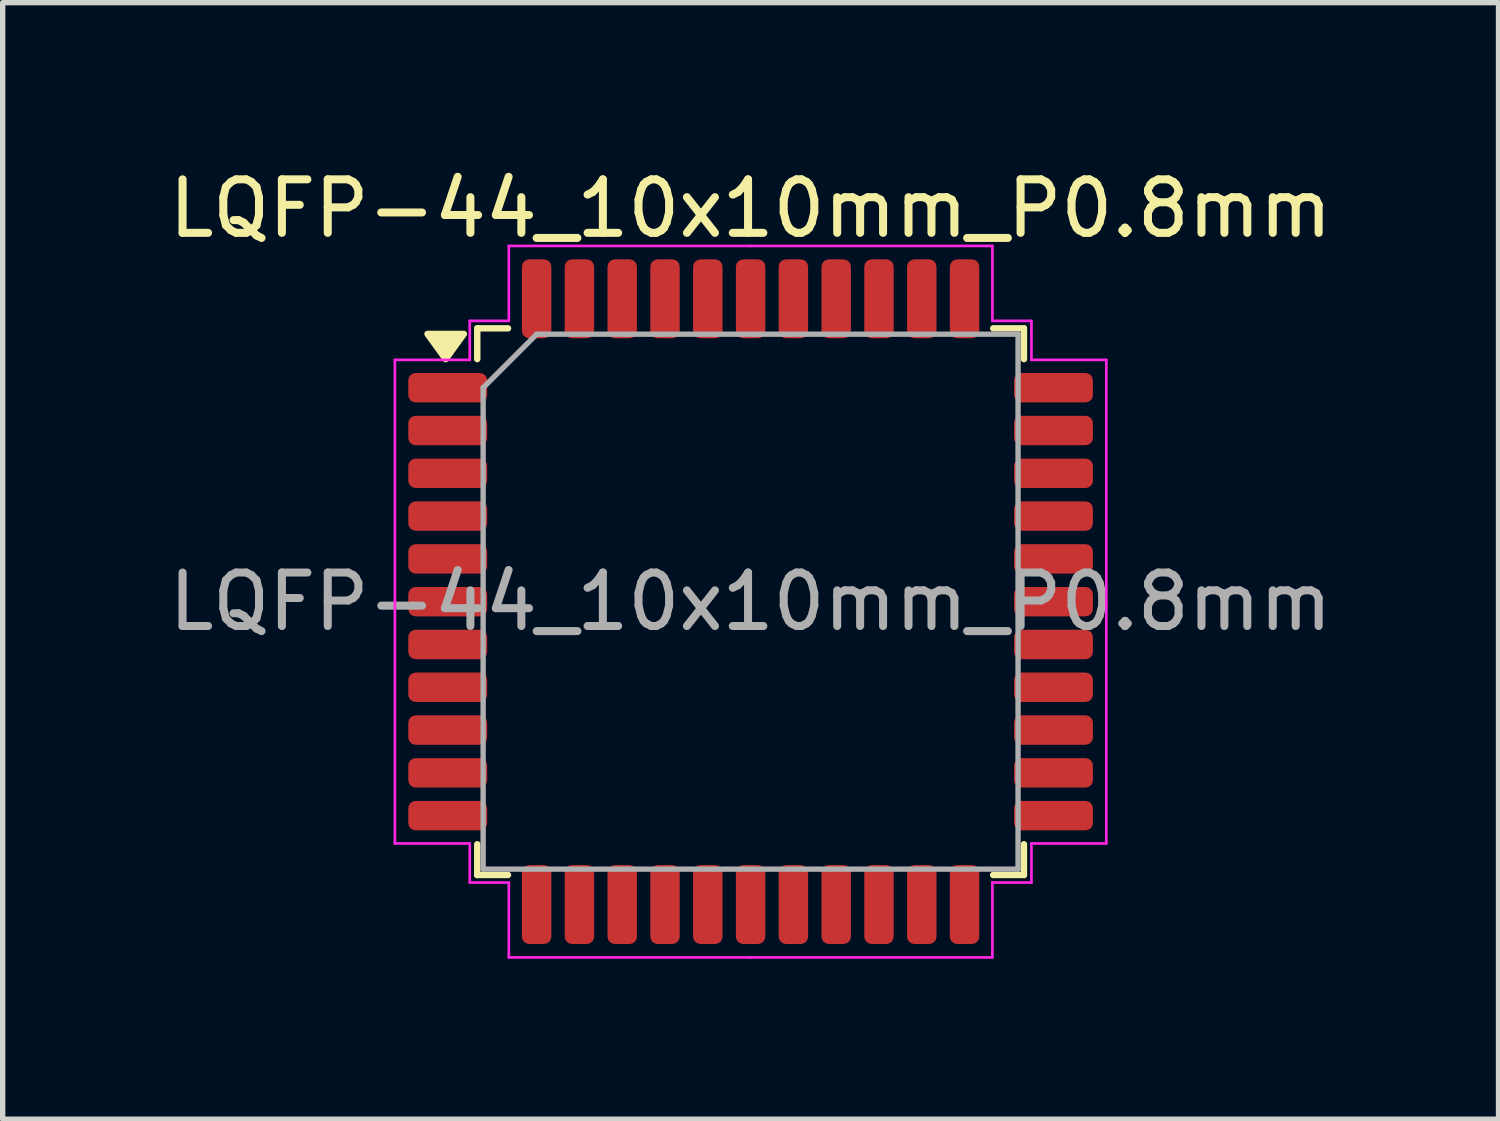
<source format=kicad_pcb>
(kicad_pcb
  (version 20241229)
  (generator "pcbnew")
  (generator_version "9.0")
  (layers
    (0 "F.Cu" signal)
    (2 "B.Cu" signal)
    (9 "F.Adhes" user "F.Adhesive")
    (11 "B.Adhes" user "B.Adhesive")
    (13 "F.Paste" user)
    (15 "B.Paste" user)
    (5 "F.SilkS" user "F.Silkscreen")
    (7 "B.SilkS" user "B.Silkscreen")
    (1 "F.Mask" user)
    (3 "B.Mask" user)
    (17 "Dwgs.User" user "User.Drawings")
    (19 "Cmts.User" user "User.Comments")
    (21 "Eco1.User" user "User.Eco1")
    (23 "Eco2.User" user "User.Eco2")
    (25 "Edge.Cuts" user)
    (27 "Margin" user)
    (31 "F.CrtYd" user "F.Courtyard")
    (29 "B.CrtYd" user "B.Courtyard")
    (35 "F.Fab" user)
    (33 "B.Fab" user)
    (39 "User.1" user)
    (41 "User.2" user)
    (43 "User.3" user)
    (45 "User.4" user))
  (footprint "LQFP-44_10x10mm_P0.8mm"
    (layer "F.Cu")
    (at 10.982 8.198)
    (property "Reference" "LQFP-44_10x10mm_P0.8mm" (at 0 -7.35 0) (layer "F.SilkS") (effects (font (size 1 1) (thickness 0.15))))
    (attr smd)
    (fp_line (start -5.11 -5.11) (end -5.11 -4.535) (stroke (width 0.12) (type solid)) (layer "F.SilkS"))
    (fp_line (start -5.11 5.11) (end -5.11 4.535) (stroke (width 0.12) (type solid)) (layer "F.SilkS"))
    (fp_line (start -4.535 -5.11) (end -5.11 -5.11) (stroke (width 0.12) (type solid)) (layer "F.SilkS"))
    (fp_line (start -4.535 5.11) (end -5.11 5.11) (stroke (width 0.12) (type solid)) (layer "F.SilkS"))
    (fp_line (start 4.535 -5.11) (end 5.11 -5.11) (stroke (width 0.12) (type solid)) (layer "F.SilkS"))
    (fp_line (start 4.535 5.11) (end 5.11 5.11) (stroke (width 0.12) (type solid)) (layer "F.SilkS"))
    (fp_line (start 5.11 -5.11) (end 5.11 -4.535) (stroke (width 0.12) (type solid)) (layer "F.SilkS"))
    (fp_line (start 5.11 5.11) (end 5.11 4.535) (stroke (width 0.12) (type solid)) (layer "F.SilkS"))
    (fp_poly (pts (xy -5.7 -4.535) (xy -6.04 -5.005) (xy -5.36 -5.005) (xy -5.7 -4.535)) (stroke (width 0.12) (type solid)) (fill yes) (layer "F.SilkS"))
    (fp_line (start -6.65 -4.52) (end -6.65 0) (stroke (width 0.05) (type solid)) (layer "F.CrtYd"))
    (fp_line (start -6.65 4.52) (end -6.65 0) (stroke (width 0.05) (type solid)) (layer "F.CrtYd"))
    (fp_line (start -5.25 -5.25) (end -5.25 -4.52) (stroke (width 0.05) (type solid)) (layer "F.CrtYd"))
    (fp_line (start -5.25 -4.52) (end -6.65 -4.52) (stroke (width 0.05) (type solid)) (layer "F.CrtYd"))
    (fp_line (start -5.25 4.52) (end -6.65 4.52) (stroke (width 0.05) (type solid)) (layer "F.CrtYd"))
    (fp_line (start -5.25 5.25) (end -5.25 4.52) (stroke (width 0.05) (type solid)) (layer "F.CrtYd"))
    (fp_line (start -4.52 -6.65) (end -4.52 -5.25) (stroke (width 0.05) (type solid)) (layer "F.CrtYd"))
    (fp_line (start -4.52 -5.25) (end -5.25 -5.25) (stroke (width 0.05) (type solid)) (layer "F.CrtYd"))
    (fp_line (start -4.52 5.25) (end -5.25 5.25) (stroke (width 0.05) (type solid)) (layer "F.CrtYd"))
    (fp_line (start -4.52 6.65) (end -4.52 5.25) (stroke (width 0.05) (type solid)) (layer "F.CrtYd"))
    (fp_line (start 0 -6.65) (end -4.52 -6.65) (stroke (width 0.05) (type solid)) (layer "F.CrtYd"))
    (fp_line (start 0 -6.65) (end 4.52 -6.65) (stroke (width 0.05) (type solid)) (layer "F.CrtYd"))
    (fp_line (start 0 6.65) (end -4.52 6.65) (stroke (width 0.05) (type solid)) (layer "F.CrtYd"))
    (fp_line (start 0 6.65) (end 4.52 6.65) (stroke (width 0.05) (type solid)) (layer "F.CrtYd"))
    (fp_line (start 4.52 -6.65) (end 4.52 -5.25) (stroke (width 0.05) (type solid)) (layer "F.CrtYd"))
    (fp_line (start 4.52 -5.25) (end 5.25 -5.25) (stroke (width 0.05) (type solid)) (layer "F.CrtYd"))
    (fp_line (start 4.52 5.25) (end 5.25 5.25) (stroke (width 0.05) (type solid)) (layer "F.CrtYd"))
    (fp_line (start 4.52 6.65) (end 4.52 5.25) (stroke (width 0.05) (type solid)) (layer "F.CrtYd"))
    (fp_line (start 5.25 -5.25) (end 5.25 -4.52) (stroke (width 0.05) (type solid)) (layer "F.CrtYd"))
    (fp_line (start 5.25 -4.52) (end 6.65 -4.52) (stroke (width 0.05) (type solid)) (layer "F.CrtYd"))
    (fp_line (start 5.25 4.52) (end 6.65 4.52) (stroke (width 0.05) (type solid)) (layer "F.CrtYd"))
    (fp_line (start 5.25 5.25) (end 5.25 4.52) (stroke (width 0.05) (type solid)) (layer "F.CrtYd"))
    (fp_line (start 6.65 -4.52) (end 6.65 0) (stroke (width 0.05) (type solid)) (layer "F.CrtYd"))
    (fp_line (start 6.65 4.52) (end 6.65 0) (stroke (width 0.05) (type solid)) (layer "F.CrtYd"))
    (fp_line (start -5 -4) (end -4 -5) (stroke (width 0.1) (type solid)) (layer "F.Fab"))
    (fp_line (start -5 5) (end -5 -4) (stroke (width 0.1) (type solid)) (layer "F.Fab"))
    (fp_line (start -4 -5) (end 5 -5) (stroke (width 0.1) (type solid)) (layer "F.Fab"))
    (fp_line (start 5 -5) (end 5 5) (stroke (width 0.1) (type solid)) (layer "F.Fab"))
    (fp_line (start 5 5) (end -5 5) (stroke (width 0.1) (type solid)) (layer "F.Fab"))
    (fp_text user "${REFERENCE}" (at 0 0 0) (layer "F.Fab") (effects (font (size 1 1) (thickness 0.15))))
    (pad "1" smd roundrect (at -5.662 -4) (size 1.475 0.55) (layers "F.Cu" "F.Mask" "F.Paste") (roundrect_rratio 0.25))
    (pad "2" smd roundrect (at -5.662 -3.2) (size 1.475 0.55) (layers "F.Cu" "F.Mask" "F.Paste") (roundrect_rratio 0.25))
    (pad "3" smd roundrect (at -5.662 -2.4) (size 1.475 0.55) (layers "F.Cu" "F.Mask" "F.Paste") (roundrect_rratio 0.25))
    (pad "4" smd roundrect (at -5.662 -1.6) (size 1.475 0.55) (layers "F.Cu" "F.Mask" "F.Paste") (roundrect_rratio 0.25))
    (pad "5" smd roundrect (at -5.662 -0.8) (size 1.475 0.55) (layers "F.Cu" "F.Mask" "F.Paste") (roundrect_rratio 0.25))
    (pad "6" smd roundrect (at -5.662 0) (size 1.475 0.55) (layers "F.Cu" "F.Mask" "F.Paste") (roundrect_rratio 0.25))
    (pad "7" smd roundrect (at -5.662 0.8) (size 1.475 0.55) (layers "F.Cu" "F.Mask" "F.Paste") (roundrect_rratio 0.25))
    (pad "8" smd roundrect (at -5.662 1.6) (size 1.475 0.55) (layers "F.Cu" "F.Mask" "F.Paste") (roundrect_rratio 0.25))
    (pad "9" smd roundrect (at -5.662 2.4) (size 1.475 0.55) (layers "F.Cu" "F.Mask" "F.Paste") (roundrect_rratio 0.25))
    (pad "10" smd roundrect (at -5.662 3.2) (size 1.475 0.55) (layers "F.Cu" "F.Mask" "F.Paste") (roundrect_rratio 0.25))
    (pad "11" smd roundrect (at -5.662 4) (size 1.475 0.55) (layers "F.Cu" "F.Mask" "F.Paste") (roundrect_rratio 0.25))
    (pad "12" smd roundrect (at -4 5.662) (size 0.55 1.475) (layers "F.Cu" "F.Mask" "F.Paste") (roundrect_rratio 0.25))
    (pad "13" smd roundrect (at -3.2 5.662) (size 0.55 1.475) (layers "F.Cu" "F.Mask" "F.Paste") (roundrect_rratio 0.25))
    (pad "14" smd roundrect (at -2.4 5.662) (size 0.55 1.475) (layers "F.Cu" "F.Mask" "F.Paste") (roundrect_rratio 0.25))
    (pad "15" smd roundrect (at -1.6 5.662) (size 0.55 1.475) (layers "F.Cu" "F.Mask" "F.Paste") (roundrect_rratio 0.25))
    (pad "16" smd roundrect (at -0.8 5.662) (size 0.55 1.475) (layers "F.Cu" "F.Mask" "F.Paste") (roundrect_rratio 0.25))
    (pad "17" smd roundrect (at 0 5.662) (size 0.55 1.475) (layers "F.Cu" "F.Mask" "F.Paste") (roundrect_rratio 0.25))
    (pad "18" smd roundrect (at 0.8 5.662) (size 0.55 1.475) (layers "F.Cu" "F.Mask" "F.Paste") (roundrect_rratio 0.25))
    (pad "19" smd roundrect (at 1.6 5.662) (size 0.55 1.475) (layers "F.Cu" "F.Mask" "F.Paste") (roundrect_rratio 0.25))
    (pad "20" smd roundrect (at 2.4 5.662) (size 0.55 1.475) (layers "F.Cu" "F.Mask" "F.Paste") (roundrect_rratio 0.25))
    (pad "21" smd roundrect (at 3.2 5.662) (size 0.55 1.475) (layers "F.Cu" "F.Mask" "F.Paste") (roundrect_rratio 0.25))
    (pad "22" smd roundrect (at 4 5.662) (size 0.55 1.475) (layers "F.Cu" "F.Mask" "F.Paste") (roundrect_rratio 0.25))
    (pad "23" smd roundrect (at 5.662 4) (size 1.475 0.55) (layers "F.Cu" "F.Mask" "F.Paste") (roundrect_rratio 0.25))
    (pad "24" smd roundrect (at 5.662 3.2) (size 1.475 0.55) (layers "F.Cu" "F.Mask" "F.Paste") (roundrect_rratio 0.25))
    (pad "25" smd roundrect (at 5.662 2.4) (size 1.475 0.55) (layers "F.Cu" "F.Mask" "F.Paste") (roundrect_rratio 0.25))
    (pad "26" smd roundrect (at 5.662 1.6) (size 1.475 0.55) (layers "F.Cu" "F.Mask" "F.Paste") (roundrect_rratio 0.25))
    (pad "27" smd roundrect (at 5.662 0.8) (size 1.475 0.55) (layers "F.Cu" "F.Mask" "F.Paste") (roundrect_rratio 0.25))
    (pad "28" smd roundrect (at 5.662 0) (size 1.475 0.55) (layers "F.Cu" "F.Mask" "F.Paste") (roundrect_rratio 0.25))
    (pad "29" smd roundrect (at 5.662 -0.8) (size 1.475 0.55) (layers "F.Cu" "F.Mask" "F.Paste") (roundrect_rratio 0.25))
    (pad "30" smd roundrect (at 5.662 -1.6) (size 1.475 0.55) (layers "F.Cu" "F.Mask" "F.Paste") (roundrect_rratio 0.25))
    (pad "31" smd roundrect (at 5.662 -2.4) (size 1.475 0.55) (layers "F.Cu" "F.Mask" "F.Paste") (roundrect_rratio 0.25))
    (pad "32" smd roundrect (at 5.662 -3.2) (size 1.475 0.55) (layers "F.Cu" "F.Mask" "F.Paste") (roundrect_rratio 0.25))
    (pad "33" smd roundrect (at 5.662 -4) (size 1.475 0.55) (layers "F.Cu" "F.Mask" "F.Paste") (roundrect_rratio 0.25))
    (pad "34" smd roundrect (at 4 -5.662) (size 0.55 1.475) (layers "F.Cu" "F.Mask" "F.Paste") (roundrect_rratio 0.25))
    (pad "35" smd roundrect (at 3.2 -5.662) (size 0.55 1.475) (layers "F.Cu" "F.Mask" "F.Paste") (roundrect_rratio 0.25))
    (pad "36" smd roundrect (at 2.4 -5.662) (size 0.55 1.475) (layers "F.Cu" "F.Mask" "F.Paste") (roundrect_rratio 0.25))
    (pad "37" smd roundrect (at 1.6 -5.662) (size 0.55 1.475) (layers "F.Cu" "F.Mask" "F.Paste") (roundrect_rratio 0.25))
    (pad "38" smd roundrect (at 0.8 -5.662) (size 0.55 1.475) (layers "F.Cu" "F.Mask" "F.Paste") (roundrect_rratio 0.25))
    (pad "39" smd roundrect (at 0 -5.662) (size 0.55 1.475) (layers "F.Cu" "F.Mask" "F.Paste") (roundrect_rratio 0.25))
    (pad "40" smd roundrect (at -0.8 -5.662) (size 0.55 1.475) (layers "F.Cu" "F.Mask" "F.Paste") (roundrect_rratio 0.25))
    (pad "41" smd roundrect (at -1.6 -5.662) (size 0.55 1.475) (layers "F.Cu" "F.Mask" "F.Paste") (roundrect_rratio 0.25))
    (pad "42" smd roundrect (at -2.4 -5.662) (size 0.55 1.475) (layers "F.Cu" "F.Mask" "F.Paste") (roundrect_rratio 0.25))
    (pad "43" smd roundrect (at -3.2 -5.662) (size 0.55 1.475) (layers "F.Cu" "F.Mask" "F.Paste") (roundrect_rratio 0.25))
    (pad "44" smd roundrect (at -4 -5.662) (size 0.55 1.475) (layers "F.Cu" "F.Mask" "F.Paste") (roundrect_rratio 0.25)))
  (gr_rect
    (start -3 -3)
    (end 24.964 17.873)
    (stroke (width 0.1) (type default))
    (fill no)
    (layer "Edge.Cuts")))
</source>
